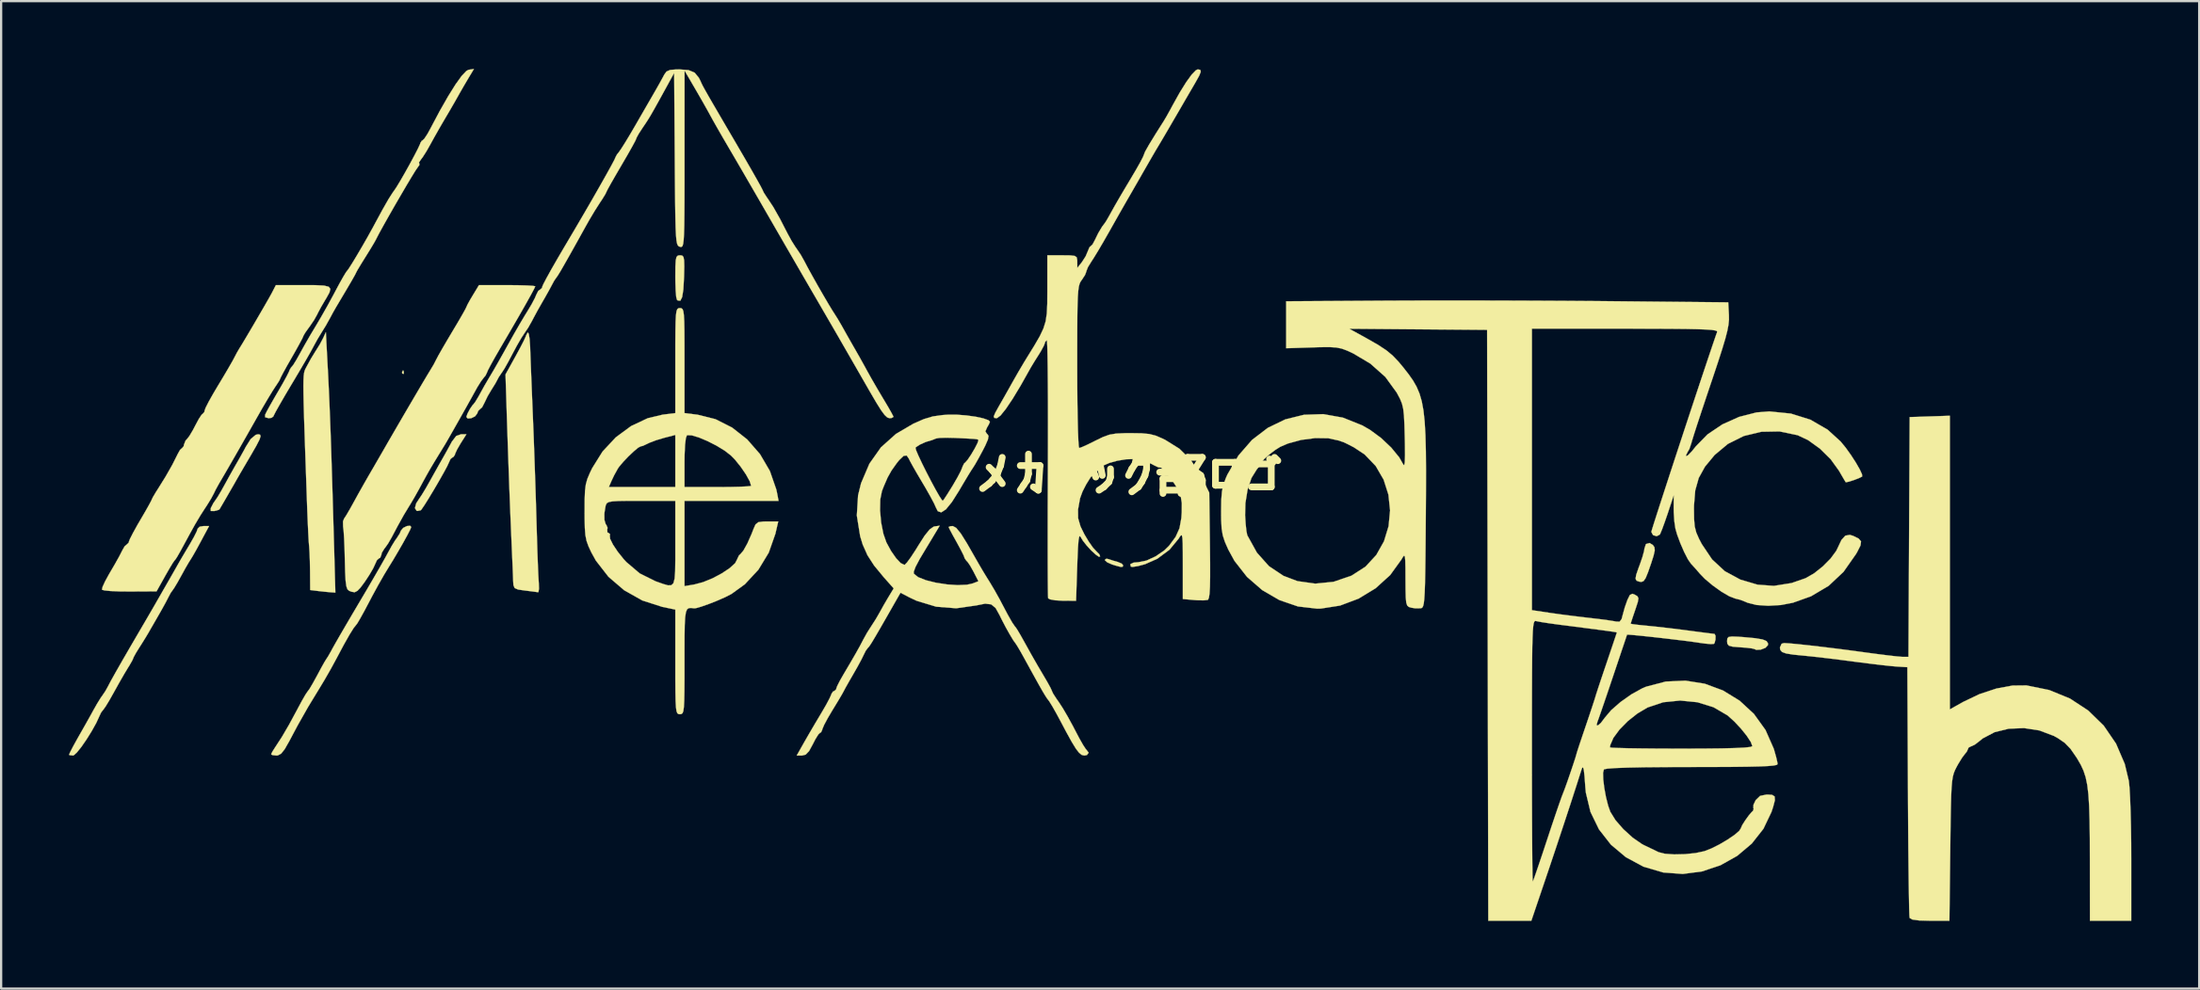
<source format=kicad_pcb>
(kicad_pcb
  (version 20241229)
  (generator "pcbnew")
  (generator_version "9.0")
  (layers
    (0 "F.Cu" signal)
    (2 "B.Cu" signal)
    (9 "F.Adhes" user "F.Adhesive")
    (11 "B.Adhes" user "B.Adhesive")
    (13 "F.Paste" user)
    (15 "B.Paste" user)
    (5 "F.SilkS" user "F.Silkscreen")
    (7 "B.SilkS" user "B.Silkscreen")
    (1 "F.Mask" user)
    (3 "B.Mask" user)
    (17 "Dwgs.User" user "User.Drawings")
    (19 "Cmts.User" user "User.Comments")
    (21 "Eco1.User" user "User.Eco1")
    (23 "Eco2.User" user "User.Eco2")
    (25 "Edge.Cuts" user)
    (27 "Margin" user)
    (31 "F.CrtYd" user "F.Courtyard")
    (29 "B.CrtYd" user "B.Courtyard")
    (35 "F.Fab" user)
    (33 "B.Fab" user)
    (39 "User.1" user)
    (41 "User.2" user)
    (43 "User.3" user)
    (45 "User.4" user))
  (footprint "メカテック部ロゴ"
    (layer "F.Cu")
    (at 46.843 18.108)
    (property "Reference" "メカテック部ロゴ" (at 0 0 0) (layer "F.SilkS") (effects (font (size 1.524 1.524) (thickness 0.3))))
    (attr through_hole)
    (fp_poly (pts (xy -32.038 -4.741) (xy -32.026 -4.621) (xy -32.038 -4.606) (xy -32.098 -4.62) (xy -32.106 -4.674) (xy -32.068 -4.757) (xy -32.038 -4.741)) (stroke (width 0.01) (type solid)) (fill yes) (layer "F.SilkS"))
    (fp_poly (pts (xy -0.854 3.596) (xy -0.626 3.671) (xy -0.448 3.72) (xy -0.262 3.798) (xy -0.203 3.872) (xy -0.223 3.936) (xy -0.314 3.942) (xy -0.526 3.886) (xy -0.686 3.836) (xy -0.908 3.739) (xy -1.014 3.642) (xy -1.016 3.632) (xy -0.941 3.578) (xy -0.854 3.596)) (stroke (width 0.01) (type solid)) (fill yes) (layer "F.SilkS"))
    (fp_poly (pts (xy -19.713 -9.843) (xy -19.655 -9.781) (xy -19.626 -9.632) (xy -19.619 -9.358) (xy -19.629 -8.923) (xy -19.631 -8.873) (xy -19.66 -8.343) (xy -19.713 -8.003) (xy -19.793 -7.844) (xy -19.904 -7.853) (xy -19.945 -7.889) (xy -19.976 -8.015) (xy -20 -8.295) (xy -20.013 -8.681) (xy -20.015 -8.907) (xy -20.012 -9.351) (xy -19.997 -9.629) (xy -19.963 -9.781) (xy -19.9 -9.843) (xy -19.808 -9.855) (xy -19.713 -9.843)) (stroke (width 0.01) (type solid)) (fill yes) (layer "F.SilkS"))
    (fp_poly (pts (xy 23.232 2.97) (xy 23.304 3.073) (xy 23.317 3.215) (xy 23.264 3.448) (xy 23.162 3.769) (xy 23.018 4.183) (xy 22.914 4.437) (xy 22.825 4.567) (xy 22.73 4.606) (xy 22.631 4.595) (xy 22.513 4.553) (xy 22.467 4.466) (xy 22.496 4.291) (xy 22.601 3.986) (xy 22.657 3.836) (xy 22.77 3.509) (xy 22.844 3.24) (xy 22.86 3.13) (xy 22.927 2.93) (xy 23.086 2.883) (xy 23.232 2.97)) (stroke (width 0.01) (type solid)) (fill yes) (layer "F.SilkS"))
    (fp_poly (pts (xy 27.012 7.034) (xy 27.268 7.053) (xy 27.764 7.099) (xy 28.087 7.154) (xy 28.265 7.228) (xy 28.329 7.33) (xy 28.325 7.404) (xy 28.216 7.524) (xy 28.008 7.605) (xy 27.804 7.615) (xy 27.732 7.581) (xy 27.612 7.55) (xy 27.352 7.519) (xy 27.1 7.501) (xy 26.771 7.475) (xy 26.596 7.43) (xy 26.528 7.343) (xy 26.518 7.232) (xy 26.527 7.112) (xy 26.584 7.046) (xy 26.731 7.024) (xy 27.012 7.034)) (stroke (width 0.01) (type solid)) (fill yes) (layer "F.SilkS"))
    (fp_poly (pts (xy -29.514 -1.526) (xy -29.666 -1.265) (xy -29.757 -1.068) (xy -29.769 -1.018) (xy -29.84 -0.918) (xy -29.864 -0.914) (xy -29.964 -0.83) (xy -30.03 -0.686) (xy -30.106 -0.52) (xy -30.26 -0.234) (xy -30.465 0.128) (xy -30.693 0.519) (xy -30.917 0.891) (xy -31.109 1.199) (xy -31.243 1.396) (xy -31.277 1.435) (xy -31.42 1.465) (xy -31.465 1.454) (xy -31.536 1.338) (xy -31.479 1.127) (xy -31.341 0.914) (xy -31.23 0.75) (xy -31.06 0.469) (xy -30.88 0.152) (xy -30.663 -0.236) (xy -30.447 -0.622) (xy -30.309 -0.864) (xy -30.12 -1.201) (xy -29.94 -1.531) (xy -29.904 -1.6) (xy -29.709 -1.856) (xy -29.495 -1.93) (xy -29.258 -1.93) (xy -29.514 -1.526)) (stroke (width 0.01) (type solid)) (fill yes) (layer "F.SilkS"))
    (fp_poly (pts (xy -38.387 -1.913) (xy -38.364 -1.842) (xy -38.414 -1.69) (xy -38.549 -1.429) (xy -38.777 -1.031) (xy -38.862 -0.886) (xy -39.08 -0.515) (xy -39.277 -0.177) (xy -39.414 0.061) (xy -39.424 0.079) (xy -39.541 0.286) (xy -39.705 0.571) (xy -39.883 0.879) (xy -40.044 1.157) (xy -40.156 1.348) (xy -40.187 1.4) (xy -40.289 1.44) (xy -40.417 1.469) (xy -40.569 1.466) (xy -40.571 1.347) (xy -40.568 1.339) (xy -40.449 1.11) (xy -40.382 1.016) (xy -40.265 0.844) (xy -40.099 0.564) (xy -39.983 0.356) (xy -39.761 -0.048) (xy -39.516 -0.485) (xy -39.415 -0.66) (xy -39.234 -0.978) (xy -39.083 -1.252) (xy -39.02 -1.372) (xy -38.802 -1.72) (xy -38.578 -1.906) (xy -38.473 -1.93) (xy -38.387 -1.913)) (stroke (width 0.01) (type solid)) (fill yes) (layer "F.SilkS"))
    (fp_poly (pts (xy -26.498 -6.37) (xy -26.462 -6.145) (xy -26.439 -5.81) (xy -26.437 -5.758) (xy -26.426 -5.44) (xy -26.408 -4.96) (xy -26.384 -4.36) (xy -26.357 -3.681) (xy -26.328 -2.964) (xy -26.317 -2.692) (xy -26.282 -1.826) (xy -26.247 -0.845) (xy -26.212 0.171) (xy -26.181 1.14) (xy -26.158 1.93) (xy -26.138 2.62) (xy -26.118 3.266) (xy -26.097 3.832) (xy -26.078 4.283) (xy -26.061 4.581) (xy -26.056 4.648) (xy -26.047 4.907) (xy -26.07 5.052) (xy -26.089 5.064) (xy -26.225 5.044) (xy -26.49 5.01) (xy -26.67 4.988) (xy -26.97 4.945) (xy -27.122 4.88) (xy -27.178 4.752) (xy -27.189 4.572) (xy -27.197 4.34) (xy -27.213 3.954) (xy -27.234 3.465) (xy -27.258 2.92) (xy -27.263 2.794) (xy -27.311 1.662) (xy -27.362 0.355) (xy -27.414 -1.096) (xy -27.467 -2.663) (xy -27.483 -3.179) (xy -27.528 -4.58) (xy -27.074 -5.401) (xy -26.874 -5.77) (xy -26.719 -6.072) (xy -26.631 -6.265) (xy -26.619 -6.306) (xy -26.547 -6.433) (xy -26.54 -6.438) (xy -26.498 -6.37)) (stroke (width 0.01) (type solid)) (fill yes) (layer "F.SilkS"))
    (fp_poly (pts (xy -35.463 -6.198) (xy -35.452 -5.972) (xy -35.433 -5.617) (xy -35.411 -5.208) (xy -35.41 -5.182) (xy -35.378 -4.586) (xy -35.349 -3.989) (xy -35.321 -3.368) (xy -35.294 -2.699) (xy -35.266 -1.961) (xy -35.238 -1.131) (xy -35.208 -0.186) (xy -35.175 0.898) (xy -35.139 2.142) (xy -35.103 3.378) (xy -35.056 5.08) (xy -35.282 5.064) (xy -35.549 5.039) (xy -35.839 5.007) (xy -36.17 4.966) (xy -36.176 4.134) (xy -36.184 3.699) (xy -36.198 3.307) (xy -36.216 3.03) (xy -36.22 2.997) (xy -36.236 2.792) (xy -36.256 2.427) (xy -36.278 1.945) (xy -36.301 1.389) (xy -36.312 1.067) (xy -36.354 -0.145) (xy -36.39 -1.17) (xy -36.419 -2.026) (xy -36.442 -2.728) (xy -36.458 -3.293) (xy -36.467 -3.739) (xy -36.47 -4.08) (xy -36.466 -4.335) (xy -36.456 -4.519) (xy -36.439 -4.65) (xy -36.416 -4.743) (xy -36.386 -4.816) (xy -36.35 -4.884) (xy -36.313 -4.953) (xy -36.132 -5.285) (xy -35.94 -5.599) (xy -35.916 -5.635) (xy -35.738 -5.923) (xy -35.594 -6.194) (xy -35.594 -6.194) (xy -35.475 -6.452) (xy -35.463 -6.198)) (stroke (width 0.01) (type solid)) (fill yes) (layer "F.SilkS"))
    (fp_poly (pts (xy -31.699 2.178) (xy -31.748 2.297) (xy -31.876 2.545) (xy -32.06 2.879) (xy -32.275 3.254) (xy -32.495 3.627) (xy -32.697 3.954) (xy -32.699 3.958) (xy -32.903 4.295) (xy -33.157 4.741) (xy -33.422 5.226) (xy -33.556 5.482) (xy -33.768 5.883) (xy -33.95 6.213) (xy -34.079 6.433) (xy -34.13 6.502) (xy -34.244 6.644) (xy -34.433 6.947) (xy -34.683 7.39) (xy -34.982 7.951) (xy -34.995 7.976) (xy -35.248 8.443) (xy -35.54 8.953) (xy -35.778 9.347) (xy -36.262 10.143) (xy -36.72 10.952) (xy -37.096 11.659) (xy -37.296 12.011) (xy -37.453 12.209) (xy -37.6 12.288) (xy -37.662 12.294) (xy -37.844 12.273) (xy -37.897 12.239) (xy -37.845 12.126) (xy -37.718 11.925) (xy -37.706 11.908) (xy -37.419 11.466) (xy -37.105 10.928) (xy -36.739 10.25) (xy -36.719 10.211) (xy -36.535 9.869) (xy -36.382 9.603) (xy -36.287 9.459) (xy -36.276 9.449) (xy -36.197 9.34) (xy -36.055 9.099) (xy -35.878 8.777) (xy -35.857 8.738) (xy -35.681 8.41) (xy -35.54 8.158) (xy -35.462 8.031) (xy -35.458 8.026) (xy -35.384 7.913) (xy -35.254 7.686) (xy -35.192 7.569) (xy -35.071 7.353) (xy -34.867 6.997) (xy -34.601 6.54) (xy -34.294 6.016) (xy -33.981 5.486) (xy -33.649 4.924) (xy -33.334 4.384) (xy -33.059 3.907) (xy -32.846 3.531) (xy -32.724 3.306) (xy -32.556 3.001) (xy -32.407 2.76) (xy -32.341 2.671) (xy -32.208 2.462) (xy -32.156 2.336) (xy -32.056 2.216) (xy -31.893 2.134) (xy -31.748 2.12) (xy -31.699 2.178)) (stroke (width 0.01) (type solid)) (fill yes) (layer "F.SilkS"))
    (fp_poly (pts (xy -41.01 2.819) (xy -41.196 3.162) (xy -41.353 3.439) (xy -41.448 3.596) (xy -41.456 3.607) (xy -41.542 3.743) (xy -41.692 4.002) (xy -41.866 4.318) (xy -42.041 4.632) (xy -42.183 4.869) (xy -42.259 4.978) (xy -42.259 4.978) (xy -42.345 5.1) (xy -42.442 5.283) (xy -42.558 5.508) (xy -42.735 5.829) (xy -42.887 6.096) (xy -43.077 6.426) (xy -43.241 6.71) (xy -43.325 6.858) (xy -43.448 7.064) (xy -43.627 7.352) (xy -43.716 7.491) (xy -43.875 7.748) (xy -43.975 7.929) (xy -43.993 7.976) (xy -44.042 8.087) (xy -44.167 8.305) (xy -44.232 8.409) (xy -44.4 8.689) (xy -44.619 9.07) (xy -44.843 9.472) (xy -44.858 9.5) (xy -45.05 9.84) (xy -45.211 10.107) (xy -45.313 10.253) (xy -45.325 10.264) (xy -45.423 10.394) (xy -45.486 10.528) (xy -45.632 10.846) (xy -45.835 11.212) (xy -46.065 11.582) (xy -46.294 11.913) (xy -46.494 12.162) (xy -46.635 12.286) (xy -46.66 12.293) (xy -46.811 12.277) (xy -46.838 12.258) (xy -46.789 12.142) (xy -46.657 11.887) (xy -46.459 11.529) (xy -46.287 11.227) (xy -46.096 10.89) (xy -45.876 10.497) (xy -45.775 10.312) (xy -45.6 10.003) (xy -45.445 9.751) (xy -45.375 9.652) (xy -45.234 9.444) (xy -45.124 9.246) (xy -44.987 8.986) (xy -44.769 8.596) (xy -44.465 8.063) (xy -44.067 7.377) (xy -43.739 6.815) (xy -43.475 6.364) (xy -43.228 5.939) (xy -43.028 5.593) (xy -42.918 5.401) (xy -42.719 5.054) (xy -42.511 4.691) (xy -42.486 4.648) (xy -42.283 4.293) (xy -42.075 3.928) (xy -42.052 3.886) (xy -41.881 3.587) (xy -41.659 3.211) (xy -41.493 2.933) (xy -41.316 2.623) (xy -41.191 2.374) (xy -41.148 2.247) (xy -41.061 2.162) (xy -40.895 2.134) (xy -40.643 2.134) (xy -41.01 2.819)) (stroke (width 0.01) (type solid)) (fill yes) (layer "F.SilkS"))
    (fp_poly (pts (xy -26.982 -8.53) (xy -26.59 -8.519) (xy -26.321 -8.503) (xy -26.213 -8.483) (xy -26.213 -8.481) (xy -26.263 -8.368) (xy -26.405 -8.101) (xy -26.628 -7.701) (xy -26.92 -7.188) (xy -27.27 -6.583) (xy -27.665 -5.907) (xy -27.756 -5.752) (xy -27.99 -5.347) (xy -28.18 -5.005) (xy -28.306 -4.765) (xy -28.346 -4.667) (xy -28.409 -4.534) (xy -28.478 -4.452) (xy -28.61 -4.278) (xy -28.773 -4.017) (xy -28.808 -3.955) (xy -28.995 -3.616) (xy -29.227 -3.199) (xy -29.48 -2.749) (xy -29.729 -2.308) (xy -29.95 -1.919) (xy -30.118 -1.625) (xy -30.205 -1.477) (xy -30.494 -1.006) (xy -30.707 -0.656) (xy -30.874 -0.374) (xy -31.024 -0.109) (xy -31.189 0.192) (xy -31.36 0.508) (xy -31.55 0.848) (xy -31.739 1.169) (xy -31.802 1.27) (xy -32.032 1.65) (xy -32.308 2.148) (xy -32.569 2.642) (xy -32.724 2.909) (xy -32.866 3.109) (xy -32.887 3.131) (xy -33.002 3.32) (xy -33.02 3.411) (xy -33.073 3.541) (xy -33.115 3.556) (xy -33.215 3.641) (xy -33.281 3.785) (xy -33.381 4.003) (xy -33.554 4.299) (xy -33.758 4.609) (xy -33.949 4.866) (xy -34.08 5.002) (xy -34.204 5.065) (xy -34.346 5.04) (xy -34.452 4.997) (xy -34.521 4.935) (xy -34.57 4.797) (xy -34.603 4.551) (xy -34.623 4.164) (xy -34.636 3.658) (xy -34.649 3.149) (xy -34.668 2.698) (xy -34.69 2.352) (xy -34.713 2.16) (xy -34.714 2.158) (xy -34.718 1.925) (xy -34.669 1.802) (xy -34.569 1.649) (xy -34.412 1.381) (xy -34.266 1.118) (xy -34.052 0.728) (xy -33.794 0.27) (xy -33.581 -0.102) (xy -33.356 -0.489) (xy -33.14 -0.863) (xy -32.981 -1.138) (xy -32.705 -1.618) (xy -32.394 -2.154) (xy -32.068 -2.715) (xy -31.746 -3.266) (xy -31.446 -3.777) (xy -31.188 -4.215) (xy -30.991 -4.547) (xy -30.873 -4.741) (xy -30.863 -4.757) (xy -30.704 -5.022) (xy -30.594 -5.237) (xy -30.506 -5.404) (xy -30.338 -5.701) (xy -30.114 -6.085) (xy -29.881 -6.477) (xy -29.639 -6.883) (xy -29.442 -7.223) (xy -29.309 -7.461) (xy -29.261 -7.56) (xy -29.213 -7.669) (xy -29.089 -7.893) (xy -28.982 -8.073) (xy -28.703 -8.534) (xy -27.458 -8.534) (xy -26.982 -8.53)) (stroke (width 0.01) (type solid)) (fill yes) (layer "F.SilkS"))
    (fp_poly (pts (xy 36.373 10.251) (xy 36.957 9.922) (xy 37.682 9.575) (xy 38.431 9.328) (xy 39.146 9.195) (xy 39.763 9.189) (xy 40.771 9.395) (xy 41.687 9.771) (xy 42.496 10.302) (xy 43.181 10.971) (xy 43.724 11.765) (xy 44.111 12.666) (xy 44.291 13.42) (xy 44.32 13.703) (xy 44.346 14.154) (xy 44.368 14.737) (xy 44.385 15.419) (xy 44.396 16.162) (xy 44.399 16.849) (xy 44.399 19.609) (xy 42.57 19.609) (xy 42.568 16.942) (xy 42.565 15.968) (xy 42.555 15.171) (xy 42.535 14.528) (xy 42.502 14.011) (xy 42.452 13.597) (xy 42.382 13.259) (xy 42.289 12.972) (xy 42.17 12.712) (xy 42.02 12.452) (xy 41.977 12.382) (xy 41.711 11.997) (xy 41.454 11.731) (xy 41.137 11.515) (xy 40.964 11.421) (xy 40.333 11.183) (xy 39.655 11.079) (xy 38.978 11.106) (xy 38.351 11.26) (xy 37.824 11.538) (xy 37.688 11.65) (xy 37.479 11.811) (xy 37.317 11.886) (xy 37.307 11.887) (xy 37.193 11.949) (xy 37.186 11.982) (xy 37.121 12.125) (xy 37.045 12.217) (xy 36.916 12.387) (xy 36.748 12.66) (xy 36.666 12.808) (xy 36.6 12.94) (xy 36.547 13.073) (xy 36.505 13.23) (xy 36.473 13.435) (xy 36.449 13.713) (xy 36.431 14.088) (xy 36.418 14.583) (xy 36.406 15.224) (xy 36.396 16.033) (xy 36.391 16.434) (xy 36.353 19.609) (xy 35.496 19.609) (xy 35.013 19.596) (xy 34.716 19.556) (xy 34.594 19.486) (xy 34.592 19.482) (xy 34.582 19.359) (xy 34.572 19.052) (xy 34.563 18.579) (xy 34.553 17.961) (xy 34.544 17.216) (xy 34.535 16.364) (xy 34.528 15.422) (xy 34.521 14.411) (xy 34.519 13.868) (xy 34.493 8.382) (xy 34.036 8.355) (xy 33.768 8.332) (xy 33.35 8.287) (xy 32.834 8.225) (xy 32.27 8.154) (xy 32.106 8.132) (xy 31.508 8.054) (xy 30.913 7.981) (xy 30.384 7.92) (xy 29.981 7.878) (xy 29.921 7.873) (xy 29.441 7.825) (xy 29.129 7.775) (xy 28.95 7.71) (xy 28.871 7.619) (xy 28.854 7.512) (xy 28.929 7.345) (xy 29.032 7.314) (xy 29.26 7.327) (xy 29.652 7.363) (xy 30.172 7.419) (xy 30.782 7.49) (xy 31.445 7.571) (xy 32.126 7.66) (xy 32.636 7.73) (xy 33.167 7.801) (xy 33.645 7.861) (xy 34.023 7.904) (xy 34.257 7.924) (xy 34.286 7.925) (xy 34.542 7.925) (xy 34.568 2.616) (xy 34.595 -2.692) (xy 36.373 -2.751) (xy 36.373 10.251)) (stroke (width 0.01) (type solid)) (fill yes) (layer "F.SilkS"))
    (fp_poly (pts (xy -29.16 -17.713) (xy -29.37 -17.357) (xy -29.586 -16.98) (xy -29.621 -16.916) (xy -29.795 -16.609) (xy -30.02 -16.22) (xy -30.209 -15.9) (xy -30.447 -15.492) (xy -30.69 -15.062) (xy -30.843 -14.783) (xy -31.022 -14.466) (xy -31.19 -14.202) (xy -31.269 -14.097) (xy -31.359 -13.962) (xy -31.344 -13.919) (xy -31.336 -13.857) (xy -31.418 -13.741) (xy -31.51 -13.607) (xy -31.679 -13.333) (xy -31.905 -12.955) (xy -32.165 -12.51) (xy -32.44 -12.036) (xy -32.706 -11.57) (xy -32.943 -11.148) (xy -33.13 -10.807) (xy -33.245 -10.585) (xy -33.254 -10.566) (xy -33.34 -10.409) (xy -33.503 -10.137) (xy -33.708 -9.805) (xy -33.731 -9.769) (xy -33.926 -9.455) (xy -34.07 -9.215) (xy -34.136 -9.094) (xy -34.138 -9.088) (xy -34.189 -8.985) (xy -34.333 -8.73) (xy -34.56 -8.342) (xy -34.856 -7.843) (xy -35.019 -7.569) (xy -35.155 -7.331) (xy -35.3 -7.061) (xy -35.474 -6.749) (xy -35.657 -6.452) (xy -35.845 -6.142) (xy -36.028 -5.808) (xy -36.036 -5.791) (xy -36.153 -5.577) (xy -36.35 -5.231) (xy -36.605 -4.795) (xy -36.892 -4.31) (xy -37.006 -4.121) (xy -37.281 -3.657) (xy -37.514 -3.254) (xy -37.688 -2.944) (xy -37.783 -2.759) (xy -37.795 -2.724) (xy -37.881 -2.658) (xy -38.009 -2.642) (xy -38.165 -2.685) (xy -38.163 -2.798) (xy -38.088 -2.949) (xy -37.934 -3.228) (xy -37.728 -3.588) (xy -37.594 -3.817) (xy -37.377 -4.193) (xy -37.206 -4.506) (xy -37.103 -4.713) (xy -37.084 -4.77) (xy -37.015 -4.89) (xy -37.008 -4.894) (xy -36.923 -4.995) (xy -36.781 -5.225) (xy -36.635 -5.486) (xy -36.422 -5.872) (xy -36.161 -6.326) (xy -35.933 -6.706) (xy -35.692 -7.114) (xy -35.409 -7.613) (xy -35.139 -8.109) (xy -35.075 -8.23) (xy -34.873 -8.607) (xy -34.702 -8.912) (xy -34.586 -9.103) (xy -34.554 -9.144) (xy -34.471 -9.254) (xy -34.313 -9.502) (xy -34.104 -9.848) (xy -33.867 -10.251) (xy -33.626 -10.672) (xy -33.405 -11.071) (xy -33.328 -11.214) (xy -32.972 -11.872) (xy -32.701 -12.347) (xy -32.512 -12.642) (xy -32.469 -12.7) (xy -32.354 -12.869) (xy -32.182 -13.154) (xy -31.975 -13.513) (xy -31.76 -13.9) (xy -31.561 -14.27) (xy -31.402 -14.579) (xy -31.308 -14.782) (xy -31.293 -14.833) (xy -31.228 -14.932) (xy -31.208 -14.935) (xy -31.12 -15.018) (xy -30.978 -15.234) (xy -30.849 -15.469) (xy -30.441 -16.239) (xy -30.067 -16.895) (xy -29.739 -17.421) (xy -29.465 -17.801) (xy -29.256 -18.02) (xy -29.162 -18.068) (xy -28.925 -18.103) (xy -29.16 -17.713)) (stroke (width 0.01) (type solid)) (fill yes) (layer "F.SilkS"))
    (fp_poly (pts (xy -35.924 -8.532) (xy -35.558 -8.513) (xy -35.349 -8.462) (xy -35.277 -8.365) (xy -35.318 -8.206) (xy -35.449 -7.969) (xy -35.507 -7.874) (xy -35.684 -7.572) (xy -35.828 -7.302) (xy -35.861 -7.232) (xy -35.993 -6.995) (xy -36.183 -6.714) (xy -36.221 -6.664) (xy -36.379 -6.443) (xy -36.468 -6.294) (xy -36.474 -6.272) (xy -36.522 -6.165) (xy -36.651 -5.923) (xy -36.838 -5.586) (xy -36.982 -5.334) (xy -37.197 -4.958) (xy -37.366 -4.651) (xy -37.469 -4.453) (xy -37.49 -4.402) (xy -37.544 -4.292) (xy -37.675 -4.091) (xy -37.701 -4.054) (xy -37.835 -3.847) (xy -38.039 -3.511) (xy -38.283 -3.096) (xy -38.499 -2.717) (xy -38.822 -2.147) (xy -39.154 -1.563) (xy -39.475 -1.001) (xy -39.765 -0.498) (xy -40.002 -0.088) (xy -40.167 0.193) (xy -40.203 0.254) (xy -40.347 0.516) (xy -40.433 0.693) (xy -40.554 0.919) (xy -40.738 1.217) (xy -40.829 1.354) (xy -41.029 1.666) (xy -41.268 2.069) (xy -41.484 2.458) (xy -41.744 2.938) (xy -41.925 3.269) (xy -42.045 3.479) (xy -42.121 3.598) (xy -42.169 3.655) (xy -42.172 3.658) (xy -42.247 3.765) (xy -42.391 4.003) (xy -42.574 4.321) (xy -42.599 4.367) (xy -42.967 5.025) (xy -44.148 5.031) (xy -44.617 5.027) (xy -45.007 5.01) (xy -45.276 4.983) (xy -45.381 4.952) (xy -45.357 4.831) (xy -45.246 4.586) (xy -45.071 4.265) (xy -45.024 4.186) (xy -44.809 3.818) (xy -44.621 3.481) (xy -44.499 3.243) (xy -44.491 3.226) (xy -44.378 3.028) (xy -44.281 2.946) (xy -44.199 2.868) (xy -44.196 2.838) (xy -44.147 2.709) (xy -44.015 2.45) (xy -43.824 2.103) (xy -43.688 1.87) (xy -43.472 1.5) (xy -43.302 1.199) (xy -43.2 1.007) (xy -43.18 0.96) (xy -43.129 0.854) (xy -43 0.636) (xy -42.901 0.481) (xy -42.564 -0.062) (xy -42.269 -0.581) (xy -42.054 -1.008) (xy -42.039 -1.041) (xy -41.928 -1.239) (xy -41.837 -1.321) (xy -41.765 -1.403) (xy -41.758 -1.461) (xy -41.686 -1.645) (xy -41.629 -1.708) (xy -41.514 -1.855) (xy -41.357 -2.119) (xy -41.248 -2.328) (xy -41.098 -2.608) (xy -40.974 -2.796) (xy -40.919 -2.843) (xy -40.849 -2.926) (xy -40.843 -2.976) (xy -40.793 -3.111) (xy -40.657 -3.378) (xy -40.456 -3.735) (xy -40.259 -4.068) (xy -40.007 -4.486) (xy -39.785 -4.864) (xy -39.619 -5.153) (xy -39.549 -5.283) (xy -39.418 -5.532) (xy -39.327 -5.69) (xy -39.17 -5.945) (xy -38.952 -6.311) (xy -38.698 -6.741) (xy -38.437 -7.189) (xy -38.194 -7.608) (xy -37.996 -7.954) (xy -37.871 -8.179) (xy -37.858 -8.204) (xy -37.688 -8.534) (xy -36.472 -8.534) (xy -35.924 -8.532)) (stroke (width 0.01) (type solid)) (fill yes) (layer "F.SilkS"))
    (fp_poly (pts (xy -19.747 -7.511) (xy -19.697 -7.473) (xy -19.661 -7.38) (xy -19.637 -7.207) (xy -19.621 -6.93) (xy -19.613 -6.524) (xy -19.61 -5.964) (xy -19.609 -5.228) (xy -19.609 -5.193) (xy -19.609 -2.868) (xy -19.029 -2.796) (xy -18.24 -2.599) (xy -17.5 -2.225) (xy -16.835 -1.701) (xy -16.27 -1.053) (xy -15.832 -0.305) (xy -15.547 0.516) (xy -15.511 0.686) (xy -15.448 1.016) (xy -19.609 1.016) (xy -19.609 4.793) (xy -19.177 4.721) (xy -18.786 4.617) (xy -18.365 4.445) (xy -17.96 4.229) (xy -17.613 3.998) (xy -17.369 3.776) (xy -17.272 3.59) (xy -17.272 3.583) (xy -17.196 3.427) (xy -17.144 3.383) (xy -17.003 3.219) (xy -16.827 2.902) (xy -16.638 2.474) (xy -16.556 2.261) (xy -16.466 2.06) (xy -16.345 1.963) (xy -16.124 1.933) (xy -15.948 1.93) (xy -15.462 1.93) (xy -15.589 2.478) (xy -15.881 3.309) (xy -16.34 4.066) (xy -16.939 4.711) (xy -17.531 5.139) (xy -17.8 5.278) (xy -18.15 5.432) (xy -18.523 5.58) (xy -18.86 5.699) (xy -19.106 5.769) (xy -19.185 5.776) (xy -19.319 5.76) (xy -19.421 5.768) (xy -19.496 5.823) (xy -19.547 5.95) (xy -19.58 6.171) (xy -19.599 6.51) (xy -19.607 6.992) (xy -19.609 7.638) (xy -19.609 8.128) (xy -19.609 8.875) (xy -19.613 9.443) (xy -19.621 9.857) (xy -19.636 10.14) (xy -19.66 10.319) (xy -19.695 10.416) (xy -19.744 10.456) (xy -19.807 10.465) (xy -19.812 10.465) (xy -19.877 10.458) (xy -19.927 10.419) (xy -19.963 10.326) (xy -19.987 10.153) (xy -20.003 9.875) (xy -20.011 9.468) (xy -20.015 8.908) (xy -20.015 8.169) (xy -20.015 5.832) (xy -20.599 5.71) (xy -21.476 5.428) (xy -22.278 4.976) (xy -22.973 4.38) (xy -23.53 3.663) (xy -23.73 3.302) (xy -23.858 3.027) (xy -23.943 2.79) (xy -23.994 2.536) (xy -24.019 2.213) (xy -24.028 1.767) (xy -24.028 1.569) (xy -23.155 1.569) (xy -23.152 1.863) (xy -23.094 2.054) (xy -23.068 2.08) (xy -23.012 2.212) (xy -23.028 2.289) (xy -23.019 2.418) (xy -22.966 2.438) (xy -22.898 2.501) (xy -22.914 2.546) (xy -22.901 2.696) (xy -22.776 2.95) (xy -22.567 3.265) (xy -22.301 3.597) (xy -22.184 3.725) (xy -21.591 4.229) (xy -20.901 4.574) (xy -20.828 4.6) (xy -20.548 4.699) (xy -20.341 4.758) (xy -20.195 4.754) (xy -20.101 4.664) (xy -20.047 4.465) (xy -20.022 4.135) (xy -20.015 3.65) (xy -20.015 2.988) (xy -20.015 2.896) (xy -20.015 1.016) (xy -21.527 1.016) (xy -22.11 1.017) (xy -22.522 1.023) (xy -22.793 1.04) (xy -22.957 1.07) (xy -23.044 1.12) (xy -23.085 1.193) (xy -23.101 1.245) (xy -23.155 1.569) (xy -24.028 1.569) (xy -24.028 1.471) (xy -24.026 0.946) (xy -24.011 0.571) (xy -23.99 0.406) (xy -22.957 0.406) (xy -20.015 0.406) (xy -20.015 -0.705) (xy -19.609 -0.705) (xy -19.609 0.406) (xy -18.136 0.406) (xy -17.615 0.403) (xy -17.175 0.393) (xy -16.851 0.378) (xy -16.68 0.36) (xy -16.662 0.352) (xy -16.725 0.147) (xy -16.89 -0.152) (xy -17.119 -0.487) (xy -17.375 -0.806) (xy -17.551 -0.987) (xy -17.834 -1.207) (xy -18.197 -1.428) (xy -18.592 -1.629) (xy -18.97 -1.788) (xy -19.284 -1.882) (xy -19.485 -1.89) (xy -19.504 -1.881) (xy -19.55 -1.755) (xy -19.585 -1.46) (xy -19.605 -1.032) (xy -19.609 -0.705) (xy -20.015 -0.705) (xy -20.015 -1.901) (xy -20.515 -1.771) (xy -20.86 -1.668) (xy -21.158 -1.556) (xy -21.252 -1.51) (xy -21.448 -1.418) (xy -21.546 -1.395) (xy -21.656 -1.339) (xy -21.853 -1.175) (xy -22.092 -0.948) (xy -22.325 -0.703) (xy -22.508 -0.485) (xy -22.561 -0.406) (xy -22.724 -0.11) (xy -22.836 0.127) (xy -22.957 0.406) (xy -23.99 0.406) (xy -23.975 0.289) (xy -23.908 0.047) (xy -23.8 -0.21) (xy -23.69 -0.437) (xy -23.235 -1.166) (xy -22.65 -1.794) (xy -21.971 -2.295) (xy -21.233 -2.642) (xy -20.572 -2.799) (xy -20.015 -2.868) (xy -20.015 -5.193) (xy -20.015 -5.938) (xy -20.011 -6.504) (xy -20.003 -6.916) (xy -19.988 -7.198) (xy -19.964 -7.375) (xy -19.928 -7.471) (xy -19.879 -7.51) (xy -19.815 -7.518) (xy -19.812 -7.518) (xy -19.747 -7.511)) (stroke (width 0.01) (type solid)) (fill yes) (layer "F.SilkS"))
    (fp_poly (pts (xy -19.43 -18.054) (xy -19.16 -17.941) (xy -18.972 -17.712) (xy -18.896 -17.559) (xy -18.859 -17.475) (xy -18.815 -17.384) (xy -18.752 -17.266) (xy -18.659 -17.099) (xy -18.525 -16.863) (xy -18.337 -16.538) (xy -18.084 -16.104) (xy -17.755 -15.539) (xy -17.336 -14.824) (xy -17.239 -14.657) (xy -16.917 -14.104) (xy -16.633 -13.611) (xy -16.402 -13.204) (xy -16.239 -12.911) (xy -16.16 -12.757) (xy -16.154 -12.742) (xy -16.1 -12.628) (xy -15.966 -12.421) (xy -15.926 -12.365) (xy -15.675 -11.983) (xy -15.382 -11.464) (xy -15.046 -10.812) (xy -14.872 -10.494) (xy -14.693 -10.211) (xy -14.65 -10.152) (xy -14.463 -9.874) (xy -14.31 -9.601) (xy -14.167 -9.328) (xy -13.958 -8.948) (xy -13.713 -8.512) (xy -13.461 -8.074) (xy -13.233 -7.685) (xy -13.058 -7.397) (xy -13.003 -7.312) (xy -12.841 -7.056) (xy -12.654 -6.737) (xy -12.607 -6.652) (xy -12.422 -6.322) (xy -12.201 -5.933) (xy -12.09 -5.74) (xy -11.86 -5.337) (xy -11.618 -4.901) (xy -11.522 -4.724) (xy -11.332 -4.383) (xy -11.084 -3.955) (xy -10.831 -3.528) (xy -10.806 -3.487) (xy -10.604 -3.147) (xy -10.45 -2.876) (xy -10.369 -2.719) (xy -10.363 -2.7) (xy -10.447 -2.651) (xy -10.541 -2.643) (xy -10.638 -2.675) (xy -10.756 -2.785) (xy -10.913 -2.997) (xy -11.125 -3.336) (xy -11.411 -3.826) (xy -11.481 -3.948) (xy -11.599 -4.153) (xy -11.786 -4.479) (xy -12.011 -4.872) (xy -12.131 -5.08) (xy -12.372 -5.499) (xy -12.599 -5.893) (xy -12.776 -6.202) (xy -12.832 -6.299) (xy -12.95 -6.503) (xy -13.149 -6.846) (xy -13.407 -7.291) (xy -13.703 -7.802) (xy -13.952 -8.23) (xy -14.303 -8.835) (xy -14.72 -9.556) (xy -15.167 -10.328) (xy -15.608 -11.092) (xy -15.979 -11.735) (xy -16.348 -12.376) (xy -16.725 -13.027) (xy -17.082 -13.643) (xy -17.394 -14.179) (xy -17.634 -14.589) (xy -17.658 -14.63) (xy -17.917 -15.073) (xy -18.16 -15.496) (xy -18.355 -15.841) (xy -18.443 -16.002) (xy -18.595 -16.279) (xy -18.811 -16.662) (xy -19.053 -17.083) (xy -19.133 -17.221) (xy -19.607 -18.034) (xy -19.608 -14.107) (xy -19.608 -13.111) (xy -19.61 -12.3) (xy -19.614 -11.655) (xy -19.62 -11.157) (xy -19.631 -10.788) (xy -19.647 -10.53) (xy -19.668 -10.363) (xy -19.697 -10.268) (xy -19.733 -10.229) (xy -19.778 -10.225) (xy -19.811 -10.232) (xy -19.863 -10.252) (xy -19.905 -10.294) (xy -19.939 -10.378) (xy -19.966 -10.523) (xy -19.986 -10.749) (xy -20.002 -11.074) (xy -20.013 -11.519) (xy -20.022 -12.103) (xy -20.03 -12.845) (xy -20.037 -13.764) (xy -20.039 -14.108) (xy -20.066 -17.931) (xy -20.472 -17.189) (xy -20.748 -16.688) (xy -20.95 -16.325) (xy -21.101 -16.061) (xy -21.226 -15.856) (xy -21.347 -15.67) (xy -21.465 -15.496) (xy -21.628 -15.246) (xy -21.727 -15.066) (xy -21.742 -15.022) (xy -21.791 -14.913) (xy -21.925 -14.665) (xy -22.124 -14.313) (xy -22.368 -13.893) (xy -22.403 -13.833) (xy -22.651 -13.408) (xy -22.857 -13.049) (xy -23 -12.79) (xy -23.062 -12.666) (xy -23.063 -12.661) (xy -23.115 -12.554) (xy -23.249 -12.337) (xy -23.363 -12.165) (xy -23.578 -11.828) (xy -23.824 -11.415) (xy -23.998 -11.107) (xy -24.313 -10.537) (xy -24.654 -9.927) (xy -24.972 -9.366) (xy -25.1 -9.144) (xy -25.224 -8.943) (xy -25.3 -8.839) (xy -25.381 -8.719) (xy -25.48 -8.534) (xy -25.604 -8.303) (xy -25.783 -7.984) (xy -25.905 -7.772) (xy -26.1 -7.429) (xy -26.275 -7.106) (xy -26.351 -6.96) (xy -26.523 -6.653) (xy -26.693 -6.401) (xy -26.837 -6.181) (xy -27.028 -5.85) (xy -27.222 -5.486) (xy -27.406 -5.138) (xy -27.569 -4.848) (xy -27.679 -4.678) (xy -27.683 -4.674) (xy -27.827 -4.461) (xy -27.875 -4.369) (xy -27.975 -4.182) (xy -28.129 -3.934) (xy -28.144 -3.912) (xy -28.32 -3.614) (xy -28.458 -3.327) (xy -28.561 -3.128) (xy -28.649 -3.048) (xy -28.736 -2.964) (xy -28.782 -2.845) (xy -28.879 -2.722) (xy -29.045 -2.642) (xy -29.199 -2.629) (xy -29.261 -2.699) (xy -29.211 -2.844) (xy -29.101 -3.052) (xy -28.987 -3.219) (xy -28.954 -3.251) (xy -28.866 -3.365) (xy -28.729 -3.593) (xy -28.665 -3.708) (xy -28.466 -4.069) (xy -28.245 -4.448) (xy -28.2 -4.521) (xy -28.044 -4.785) (xy -27.825 -5.168) (xy -27.578 -5.608) (xy -27.422 -5.89) (xy -27.162 -6.354) (xy -26.898 -6.813) (xy -26.669 -7.199) (xy -26.567 -7.363) (xy -26.376 -7.682) (xy -26.227 -7.965) (xy -26.169 -8.103) (xy -26.079 -8.28) (xy -26.003 -8.331) (xy -25.913 -8.411) (xy -25.908 -8.451) (xy -25.858 -8.571) (xy -25.719 -8.837) (xy -25.507 -9.22) (xy -25.237 -9.691) (xy -24.926 -10.222) (xy -24.877 -10.305) (xy -24.47 -10.994) (xy -24.073 -11.671) (xy -23.7 -12.315) (xy -23.365 -12.901) (xy -23.08 -13.406) (xy -22.858 -13.807) (xy -22.712 -14.082) (xy -22.657 -14.206) (xy -22.657 -14.208) (xy -22.598 -14.316) (xy -22.516 -14.419) (xy -22.411 -14.569) (xy -22.231 -14.853) (xy -22.005 -15.228) (xy -21.79 -15.596) (xy -21.521 -16.063) (xy -21.255 -16.524) (xy -21.029 -16.915) (xy -20.911 -17.12) (xy -20.727 -17.444) (xy -20.57 -17.73) (xy -20.503 -17.856) (xy -20.405 -17.992) (xy -20.245 -18.061) (xy -19.963 -18.084) (xy -19.839 -18.085) (xy -19.43 -18.054)) (stroke (width 0.01) (type solid)) (fill yes) (layer "F.SilkS"))
    (fp_poly (pts (xy 3.209 -18.066) (xy 3.233 -17.984) (xy 3.162 -17.806) (xy 2.989 -17.495) (xy 2.968 -17.459) (xy 2.806 -17.18) (xy 2.574 -16.782) (xy 2.305 -16.317) (xy 2.053 -15.884) (xy 1.8 -15.449) (xy 1.578 -15.07) (xy 1.41 -14.785) (xy 1.319 -14.634) (xy 1.317 -14.63) (xy 1.228 -14.481) (xy 1.065 -14.2) (xy 0.854 -13.834) (xy 0.699 -13.564) (xy 0.454 -13.135) (xy 0.223 -12.733) (xy 0.04 -12.415) (xy -0.03 -12.294) (xy -0.164 -12.06) (xy -0.368 -11.702) (xy -0.611 -11.272) (xy -0.822 -10.897) (xy -1.076 -10.453) (xy -1.315 -10.046) (xy -1.51 -9.727) (xy -1.618 -9.561) (xy -1.76 -9.33) (xy -1.828 -9.158) (xy -1.829 -9.144) (xy -1.887 -8.986) (xy -2.028 -8.77) (xy -2.032 -8.765) (xy -2.086 -8.689) (xy -2.129 -8.596) (xy -2.163 -8.467) (xy -2.189 -8.278) (xy -2.208 -8.011) (xy -2.221 -7.642) (xy -2.229 -7.151) (xy -2.233 -6.518) (xy -2.235 -5.719) (xy -2.235 -4.914) (xy -2.233 -4.082) (xy -2.226 -3.319) (xy -2.215 -2.646) (xy -2.202 -2.087) (xy -2.185 -1.665) (xy -2.166 -1.402) (xy -2.148 -1.321) (xy -2.02 -1.364) (xy -1.766 -1.479) (xy -1.44 -1.641) (xy -1.42 -1.651) (xy -1.088 -1.812) (xy -0.812 -1.911) (xy -0.52 -1.961) (xy -0.138 -1.979) (xy 0.144 -1.981) (xy 0.615 -1.974) (xy 0.954 -1.942) (xy 1.234 -1.871) (xy 1.525 -1.747) (xy 1.66 -1.681) (xy 2.284 -1.292) (xy 2.779 -0.807) (xy 3.191 -0.179) (xy 3.281 -0.003) (xy 3.607 0.655) (xy 3.637 3.007) (xy 3.645 3.79) (xy 3.645 4.39) (xy 3.637 4.83) (xy 3.619 5.13) (xy 3.591 5.311) (xy 3.552 5.395) (xy 3.536 5.405) (xy 3.361 5.423) (xy 3.07 5.418) (xy 2.921 5.407) (xy 2.438 5.364) (xy 2.438 3.876) (xy 2.437 3.3) (xy 2.433 2.903) (xy 2.42 2.661) (xy 2.396 2.548) (xy 2.357 2.541) (xy 2.299 2.616) (xy 2.252 2.692) (xy 1.849 3.18) (xy 1.312 3.579) (xy 0.767 3.822) (xy 0.453 3.906) (xy 0.221 3.942) (xy 0.137 3.93) (xy 0.113 3.822) (xy 0.262 3.752) (xy 0.474 3.734) (xy 0.83 3.662) (xy 1.237 3.474) (xy 1.618 3.212) (xy 1.827 3.008) (xy 2.12 2.611) (xy 2.291 2.23) (xy 2.373 1.776) (xy 2.39 1.524) (xy 2.393 1.114) (xy 2.344 0.812) (xy 2.225 0.527) (xy 2.158 0.406) (xy 2 0.16) (xy 1.812 -0.092) (xy 1.629 -0.308) (xy 1.488 -0.445) (xy 1.423 -0.462) (xy 1.422 -0.454) (xy 1.345 -0.47) (xy 1.15 -0.564) (xy 1.065 -0.611) (xy 0.718 -0.75) (xy 0.332 -0.831) (xy 0.277 -0.835) (xy -0.079 -0.822) (xy -0.464 -0.758) (xy -0.818 -0.66) (xy -1.081 -0.544) (xy -1.189 -0.441) (xy -1.306 -0.317) (xy -1.358 -0.305) (xy -1.484 -0.22) (xy -1.656 -0.004) (xy -1.839 0.29) (xy -2 0.605) (xy -2.104 0.888) (xy -2.111 0.914) (xy -2.199 1.401) (xy -2.195 1.786) (xy -2.088 2.154) (xy -1.921 2.494) (xy -1.724 2.824) (xy -1.535 3.093) (xy -1.405 3.232) (xy -1.256 3.384) (xy -1.219 3.48) (xy -1.277 3.494) (xy -1.423 3.391) (xy -1.617 3.211) (xy -1.818 2.993) (xy -1.987 2.777) (xy -2.067 2.642) (xy -2.114 2.574) (xy -2.149 2.613) (xy -2.178 2.779) (xy -2.202 3.095) (xy -2.223 3.581) (xy -2.235 3.915) (xy -2.286 5.442) (xy -2.883 5.439) (xy -3.209 5.421) (xy -3.442 5.378) (xy -3.52 5.332) (xy -3.527 5.214) (xy -3.532 4.912) (xy -3.536 4.443) (xy -3.539 3.827) (xy -3.54 3.083) (xy -3.54 2.229) (xy -3.539 1.284) (xy -3.535 0.266) (xy -3.532 -0.433) (xy -3.529 -1.485) (xy -3.528 -2.473) (xy -3.529 -3.38) (xy -3.534 -4.186) (xy -3.54 -4.875) (xy -3.549 -5.427) (xy -3.559 -5.825) (xy -3.572 -6.051) (xy -3.581 -6.096) (xy -3.655 -6.018) (xy -3.658 -5.992) (xy -3.709 -5.853) (xy -3.84 -5.612) (xy -3.934 -5.459) (xy -4.121 -5.163) (xy -4.276 -4.907) (xy -4.322 -4.826) (xy -4.733 -4.094) (xy -5.093 -3.498) (xy -5.394 -3.05) (xy -5.627 -2.761) (xy -5.785 -2.644) (xy -5.802 -2.642) (xy -5.906 -2.655) (xy -5.928 -2.722) (xy -5.86 -2.883) (xy -5.698 -3.175) (xy -5.465 -3.582) (xy -5.21 -4.035) (xy -5.08 -4.267) (xy -4.846 -4.678) (xy -4.588 -5.115) (xy -4.454 -5.334) (xy -4.126 -5.866) (xy -3.889 -6.276) (xy -3.73 -6.614) (xy -3.631 -6.932) (xy -3.58 -7.281) (xy -3.559 -7.71) (xy -3.556 -8.272) (xy -3.556 -8.384) (xy -3.556 -9.855) (xy -2.896 -9.855) (xy -2.541 -9.851) (xy -2.343 -9.827) (xy -2.256 -9.763) (xy -2.234 -9.639) (xy -2.233 -9.576) (xy -2.231 -9.296) (xy -2.029 -9.55) (xy -1.863 -9.808) (xy -1.767 -10.033) (xy -1.694 -10.21) (xy -1.637 -10.262) (xy -1.553 -10.344) (xy -1.448 -10.541) (xy -1.301 -10.842) (xy -1.135 -11.12) (xy -1.016 -11.278) (xy -0.942 -11.39) (xy -0.81 -11.62) (xy -0.719 -11.786) (xy -0.562 -12.066) (xy -0.334 -12.461) (xy -0.069 -12.909) (xy 0.119 -13.223) (xy 0.356 -13.624) (xy 0.548 -13.963) (xy 0.673 -14.203) (xy 0.711 -14.299) (xy 0.769 -14.445) (xy 0.944 -14.755) (xy 1.234 -15.229) (xy 1.599 -15.806) (xy 1.717 -16.005) (xy 1.884 -16.305) (xy 1.994 -16.51) (xy 2.301 -17.061) (xy 2.585 -17.518) (xy 2.829 -17.855) (xy 3.016 -18.048) (xy 3.098 -18.085) (xy 3.209 -18.066)) (stroke (width 0.01) (type solid)) (fill yes) (layer "F.SilkS"))
    (fp_poly (pts (xy -7.555 -2.797) (xy -7.13 -2.764) (xy -6.724 -2.707) (xy -6.385 -2.633) (xy -6.16 -2.552) (xy -6.096 -2.485) (xy -6.143 -2.37) (xy -6.223 -2.231) (xy -6.298 -2.057) (xy -6.231 -1.953) (xy -6.213 -1.94) (xy -6.158 -1.858) (xy -6.185 -1.699) (xy -6.304 -1.426) (xy -6.416 -1.208) (xy -6.596 -0.873) (xy -6.747 -0.606) (xy -6.838 -0.461) (xy -6.84 -0.458) (xy -6.924 -0.331) (xy -7.084 -0.071) (xy -7.294 0.281) (xy -7.457 0.559) (xy -7.78 1.071) (xy -8.043 1.394) (xy -8.25 1.528) (xy -8.403 1.476) (xy -8.487 1.311) (xy -8.568 1.13) (xy -8.73 0.825) (xy -8.944 0.447) (xy -9.089 0.202) (xy -9.32 -0.189) (xy -9.514 -0.528) (xy -9.645 -0.769) (xy -9.683 -0.849) (xy -9.779 -0.991) (xy -9.914 -0.974) (xy -10.109 -0.788) (xy -10.231 -0.635) (xy -10.452 -0.323) (xy -10.626 -0.011) (xy -10.796 0.383) (xy -10.875 0.589) (xy -10.949 0.957) (xy -10.958 1.443) (xy -10.91 1.975) (xy -10.81 2.478) (xy -10.678 2.856) (xy -10.471 3.237) (xy -10.249 3.555) (xy -10.044 3.773) (xy -9.886 3.851) (xy -9.866 3.847) (xy -9.767 3.748) (xy -9.595 3.514) (xy -9.381 3.187) (xy -9.265 2.997) (xy -8.984 2.557) (xy -8.764 2.285) (xy -8.59 2.162) (xy -8.548 2.151) (xy -8.319 2.118) (xy -8.554 2.511) (xy -8.728 2.801) (xy -8.878 3.049) (xy -8.911 3.103) (xy -9.207 3.598) (xy -9.39 3.945) (xy -9.468 4.16) (xy -9.461 4.245) (xy -9.27 4.397) (xy -8.928 4.532) (xy -8.488 4.641) (xy -8.004 4.717) (xy -7.527 4.749) (xy -7.11 4.731) (xy -6.853 4.672) (xy -6.605 4.577) (xy -6.828 4.143) (xy -6.975 3.881) (xy -7.095 3.708) (xy -7.133 3.675) (xy -7.213 3.563) (xy -7.214 3.557) (xy -7.26 3.433) (xy -7.384 3.186) (xy -7.557 2.866) (xy -7.569 2.845) (xy -7.744 2.53) (xy -7.871 2.291) (xy -7.924 2.177) (xy -7.925 2.175) (xy -7.84 2.14) (xy -7.737 2.134) (xy -7.588 2.215) (xy -7.383 2.465) (xy -7.115 2.894) (xy -7.07 2.972) (xy -6.797 3.451) (xy -6.6 3.795) (xy -6.457 4.041) (xy -6.343 4.232) (xy -6.236 4.406) (xy -6.112 4.605) (xy -6.101 4.623) (xy -5.898 4.963) (xy -5.676 5.36) (xy -5.583 5.537) (xy -5.308 6.057) (xy -5.112 6.402) (xy -4.989 6.582) (xy -4.967 6.604) (xy -4.892 6.712) (xy -4.75 6.952) (xy -4.567 7.278) (xy -4.518 7.366) (xy -4.263 7.826) (xy -3.977 8.325) (xy -3.742 8.723) (xy -3.554 9.044) (xy -3.415 9.297) (xy -3.354 9.432) (xy -3.353 9.439) (xy -3.298 9.556) (xy -3.157 9.774) (xy -3.06 9.911) (xy -2.877 10.191) (xy -2.648 10.582) (xy -2.412 11.014) (xy -2.343 11.148) (xy -2.147 11.522) (xy -1.976 11.824) (xy -1.855 12.008) (xy -1.823 12.043) (xy -1.728 12.17) (xy -1.805 12.272) (xy -1.922 12.294) (xy -2.032 12.268) (xy -2.15 12.175) (xy -2.293 11.99) (xy -2.478 11.688) (xy -2.722 11.246) (xy -2.947 10.82) (xy -3.152 10.439) (xy -3.335 10.115) (xy -3.468 9.9) (xy -3.501 9.855) (xy -3.568 9.768) (xy -3.655 9.634) (xy -3.778 9.428) (xy -3.951 9.123) (xy -4.188 8.695) (xy -4.506 8.117) (xy -4.555 8.026) (xy -4.737 7.699) (xy -4.885 7.448) (xy -4.968 7.32) (xy -4.973 7.315) (xy -5.068 7.183) (xy -5.221 6.928) (xy -5.401 6.606) (xy -5.573 6.276) (xy -5.669 6.079) (xy -5.845 5.763) (xy -6.04 5.601) (xy -6.308 5.57) (xy -6.704 5.648) (xy -6.71 5.649) (xy -7.587 5.774) (xy -8.474 5.704) (xy -9.338 5.443) (xy -9.654 5.294) (xy -10.053 5.086) (xy -10.298 5.515) (xy -10.669 6.165) (xy -10.952 6.659) (xy -11.161 7.018) (xy -11.308 7.264) (xy -11.405 7.416) (xy -11.465 7.496) (xy -11.491 7.52) (xy -11.586 7.646) (xy -11.676 7.825) (xy -11.782 8.042) (xy -11.954 8.361) (xy -12.14 8.687) (xy -12.33 9.016) (xy -12.484 9.289) (xy -12.566 9.445) (xy -12.65 9.597) (xy -12.811 9.87) (xy -13.018 10.211) (xy -13.075 10.304) (xy -13.278 10.649) (xy -13.432 10.938) (xy -13.509 11.121) (xy -13.513 11.146) (xy -13.567 11.267) (xy -13.6 11.278) (xy -13.689 11.362) (xy -13.823 11.579) (xy -13.929 11.786) (xy -14.098 12.097) (xy -14.248 12.253) (xy -14.408 12.294) (xy -14.645 12.294) (xy -14.315 11.709) (xy -14.093 11.323) (xy -13.822 10.86) (xy -13.558 10.417) (xy -13.545 10.396) (xy -13.343 10.048) (xy -13.191 9.761) (xy -13.112 9.584) (xy -13.106 9.558) (xy -13.033 9.453) (xy -13.005 9.449) (xy -12.906 9.375) (xy -12.903 9.352) (xy -12.855 9.219) (xy -12.729 8.971) (xy -12.584 8.717) (xy -12.267 8.179) (xy -12.034 7.776) (xy -11.863 7.471) (xy -11.733 7.224) (xy -11.702 7.163) (xy -11.53 6.853) (xy -11.342 6.559) (xy -11.142 6.248) (xy -10.97 5.949) (xy -10.805 5.651) (xy -10.611 5.319) (xy -10.58 5.267) (xy -10.354 4.894) (xy -10.795 4.397) (xy -11.219 3.883) (xy -11.516 3.423) (xy -11.726 2.95) (xy -11.837 2.585) (xy -11.985 1.667) (xy -11.93 0.773) (xy -11.798 0.238) (xy -11.429 -0.627) (xy -10.93 -1.334) (xy -9.39 -1.334) (xy -9.363 -1.223) (xy -9.258 -0.977) (xy -9.098 -0.637) (xy -8.904 -0.247) (xy -8.697 0.152) (xy -8.5 0.518) (xy -8.333 0.81) (xy -8.218 0.985) (xy -8.183 1.016) (xy -8.12 0.936) (xy -7.98 0.722) (xy -7.79 0.417) (xy -7.733 0.324) (xy -7.536 -0.016) (xy -7.389 -0.296) (xy -7.318 -0.465) (xy -7.315 -0.484) (xy -7.24 -0.638) (xy -7.188 -0.681) (xy -7.081 -0.803) (xy -6.927 -1.033) (xy -6.769 -1.301) (xy -6.648 -1.537) (xy -6.604 -1.665) (xy -6.614 -1.69) (xy -6.667 -1.709) (xy -6.799 -1.725) (xy -7.048 -1.74) (xy -7.448 -1.76) (xy -7.671 -1.77) (xy -8.04 -1.778) (xy -8.331 -1.769) (xy -8.482 -1.743) (xy -8.484 -1.742) (xy -8.665 -1.669) (xy -8.687 -1.664) (xy -8.932 -1.591) (xy -9.188 -1.477) (xy -9.365 -1.362) (xy -9.39 -1.334) (xy -10.93 -1.334) (xy -10.918 -1.351) (xy -10.254 -1.946) (xy -9.491 -2.395) (xy -9.023 -2.601) (xy -8.622 -2.721) (xy -8.186 -2.782) (xy -7.95 -2.797) (xy -7.555 -2.797)) (stroke (width 0.01) (type solid)) (fill yes) (layer "F.SilkS"))
    (fp_poly (pts (xy 15.155 -7.853) (xy 16.554 -7.85) (xy 17.966 -7.845) (xy 19.341 -7.838) (xy 20.633 -7.829) (xy 21.285 -7.823) (xy 26.568 -7.772) (xy 26.598 -7.204) (xy 26.6 -7) (xy 26.578 -6.775) (xy 26.526 -6.503) (xy 26.436 -6.155) (xy 26.301 -5.705) (xy 26.114 -5.124) (xy 25.868 -4.385) (xy 25.807 -4.206) (xy 25.58 -3.529) (xy 25.372 -2.904) (xy 25.193 -2.361) (xy 25.054 -1.929) (xy 24.964 -1.637) (xy 24.933 -1.527) (xy 24.849 -1.278) (xy 24.77 -1.144) (xy 24.701 -1.004) (xy 24.712 -0.959) (xy 24.794 -1.006) (xy 24.959 -1.178) (xy 25.141 -1.403) (xy 25.654 -1.927) (xy 26.309 -2.368) (xy 27.049 -2.7) (xy 27.822 -2.898) (xy 28.388 -2.942) (xy 29.34 -2.846) (xy 30.203 -2.576) (xy 30.963 -2.136) (xy 31.541 -1.61) (xy 31.766 -1.335) (xy 31.999 -1.009) (xy 32.215 -0.675) (xy 32.386 -0.376) (xy 32.487 -0.155) (xy 32.493 -0.058) (xy 32.351 0.012) (xy 32.13 0.097) (xy 31.911 0.167) (xy 31.776 0.195) (xy 31.765 0.191) (xy 31.702 0.088) (xy 31.572 -0.134) (xy 31.466 -0.318) (xy 31.1 -0.825) (xy 30.625 -1.294) (xy 30.102 -1.671) (xy 29.639 -1.889) (xy 28.839 -2.056) (xy 28.033 -2.042) (xy 27.259 -1.855) (xy 26.553 -1.504) (xy 25.966 -1.013) (xy 25.54 -0.498) (xy 25.263 0.003) (xy 25.108 0.554) (xy 25.053 1.221) (xy 25.051 1.368) (xy 25.057 1.825) (xy 25.085 2.151) (xy 25.153 2.418) (xy 25.275 2.698) (xy 25.396 2.929) (xy 25.854 3.611) (xy 26.415 4.131) (xy 27.101 4.503) (xy 27.864 4.729) (xy 28.588 4.782) (xy 29.37 4.657) (xy 29.991 4.442) (xy 30.36 4.231) (xy 30.748 3.923) (xy 31.094 3.575) (xy 31.341 3.24) (xy 31.4 3.122) (xy 31.575 2.751) (xy 31.748 2.559) (xy 31.947 2.523) (xy 32.09 2.566) (xy 32.336 2.686) (xy 32.443 2.811) (xy 32.42 2.992) (xy 32.275 3.279) (xy 32.223 3.37) (xy 31.668 4.161) (xy 31.009 4.781) (xy 30.23 5.243) (xy 29.428 5.529) (xy 28.893 5.631) (xy 28.336 5.663) (xy 27.823 5.629) (xy 27.419 5.528) (xy 27.341 5.492) (xy 27.099 5.398) (xy 26.884 5.345) (xy 26.615 5.242) (xy 26.262 5.035) (xy 25.883 4.764) (xy 25.535 4.472) (xy 25.315 4.245) (xy 25.11 4.008) (xy 24.94 3.822) (xy 24.92 3.802) (xy 24.784 3.605) (xy 24.617 3.279) (xy 24.448 2.89) (xy 24.305 2.504) (xy 24.229 2.235) (xy 24.183 1.921) (xy 24.157 1.524) (xy 24.154 1.321) (xy 24.159 0.762) (xy 23.89 1.575) (xy 23.756 1.964) (xy 23.639 2.284) (xy 23.557 2.482) (xy 23.542 2.51) (xy 23.401 2.584) (xy 23.24 2.534) (xy 23.165 2.394) (xy 23.196 2.283) (xy 23.283 2.003) (xy 23.419 1.578) (xy 23.596 1.03) (xy 23.806 0.384) (xy 24.041 -0.337) (xy 24.294 -1.11) (xy 24.557 -1.91) (xy 24.822 -2.714) (xy 25.081 -3.498) (xy 25.327 -4.24) (xy 25.552 -4.915) (xy 25.748 -5.499) (xy 25.907 -5.97) (xy 26.021 -6.304) (xy 26.078 -6.462) (xy 26.067 -6.498) (xy 25.99 -6.527) (xy 25.832 -6.551) (xy 25.576 -6.569) (xy 25.204 -6.583) (xy 24.7 -6.593) (xy 24.046 -6.599) (xy 23.227 -6.603) (xy 22.224 -6.604) (xy 22.007 -6.604) (xy 17.882 -6.604) (xy 17.882 5.858) (xy 18.669 5.976) (xy 19.153 6.044) (xy 19.731 6.118) (xy 20.296 6.186) (xy 20.417 6.2) (xy 20.863 6.252) (xy 21.252 6.304) (xy 21.527 6.347) (xy 21.601 6.362) (xy 21.761 6.368) (xy 21.851 6.25) (xy 21.896 6.079) (xy 21.991 5.733) (xy 22.107 5.405) (xy 22.214 5.188) (xy 22.321 5.131) (xy 22.445 5.177) (xy 22.553 5.245) (xy 22.594 5.332) (xy 22.568 5.492) (xy 22.475 5.779) (xy 22.448 5.858) (xy 22.343 6.167) (xy 22.272 6.385) (xy 22.25 6.457) (xy 22.343 6.478) (xy 22.588 6.509) (xy 22.935 6.544) (xy 22.987 6.549) (xy 23.417 6.593) (xy 23.961 6.655) (xy 24.532 6.725) (xy 24.819 6.763) (xy 25.268 6.822) (xy 25.637 6.87) (xy 25.883 6.9) (xy 25.962 6.909) (xy 26.006 6.989) (xy 26.003 7.16) (xy 25.963 7.314) (xy 25.933 7.349) (xy 25.798 7.359) (xy 25.531 7.336) (xy 25.298 7.303) (xy 25.028 7.263) (xy 24.641 7.212) (xy 24.178 7.156) (xy 23.68 7.097) (xy 23.188 7.042) (xy 22.743 6.995) (xy 22.385 6.96) (xy 22.155 6.942) (xy 22.091 6.942) (xy 22.058 7.039) (xy 21.971 7.299) (xy 21.839 7.691) (xy 21.673 8.187) (xy 21.482 8.755) (xy 21.471 8.788) (xy 21.274 9.373) (xy 21.095 9.9) (xy 20.946 10.335) (xy 20.838 10.644) (xy 20.782 10.795) (xy 20.782 10.795) (xy 20.742 10.948) (xy 20.802 10.962) (xy 20.93 10.852) (xy 21.096 10.635) (xy 21.105 10.621) (xy 21.39 10.284) (xy 21.803 9.924) (xy 22.28 9.587) (xy 22.759 9.321) (xy 22.938 9.245) (xy 23.806 9.018) (xy 24.679 8.979) (xy 25.531 9.115) (xy 26.337 9.414) (xy 27.07 9.864) (xy 27.705 10.451) (xy 28.217 11.163) (xy 28.58 11.987) (xy 28.599 12.047) (xy 28.687 12.359) (xy 28.742 12.6) (xy 28.752 12.675) (xy 28.71 12.709) (xy 28.575 12.737) (xy 28.329 12.759) (xy 27.958 12.776) (xy 27.446 12.788) (xy 26.777 12.796) (xy 25.936 12.8) (xy 24.963 12.802) (xy 23.823 12.805) (xy 22.876 12.813) (xy 22.126 12.828) (xy 21.574 12.848) (xy 21.222 12.874) (xy 21.07 12.905) (xy 21.067 12.908) (xy 21.03 13.06) (xy 21.038 13.352) (xy 21.084 13.728) (xy 21.158 14.133) (xy 21.254 14.512) (xy 21.35 14.783) (xy 21.579 15.154) (xy 21.928 15.555) (xy 22.338 15.928) (xy 22.746 16.211) (xy 22.842 16.262) (xy 23.15 16.41) (xy 23.403 16.532) (xy 23.488 16.573) (xy 23.767 16.643) (xy 24.177 16.672) (xy 24.652 16.661) (xy 25.124 16.612) (xy 25.512 16.529) (xy 25.821 16.409) (xy 26.177 16.23) (xy 26.532 16.021) (xy 26.84 15.811) (xy 27.053 15.63) (xy 27.126 15.515) (xy 27.183 15.38) (xy 27.32 15.163) (xy 27.483 14.938) (xy 27.621 14.779) (xy 27.661 14.749) (xy 27.693 14.65) (xy 27.678 14.617) (xy 27.685 14.471) (xy 27.781 14.27) (xy 27.978 14.08) (xy 28.27 14.021) (xy 28.298 14.021) (xy 28.513 14.036) (xy 28.621 14.107) (xy 28.632 14.272) (xy 28.555 14.567) (xy 28.482 14.79) (xy 28.125 15.538) (xy 27.61 16.192) (xy 26.967 16.735) (xy 26.224 17.152) (xy 25.411 17.424) (xy 24.559 17.537) (xy 23.696 17.472) (xy 23.692 17.472) (xy 22.819 17.215) (xy 22.041 16.797) (xy 21.378 16.24) (xy 20.849 15.563) (xy 20.473 14.789) (xy 20.269 13.939) (xy 20.245 13.689) (xy 20.211 13.218) (xy 20.179 12.933) (xy 20.144 12.814) (xy 20.102 12.846) (xy 20.077 12.914) (xy 19.86 13.596) (xy 19.594 14.419) (xy 19.294 15.332) (xy 18.978 16.286) (xy 18.662 17.23) (xy 18.536 17.602) (xy 17.857 19.609) (xy 15.952 19.609) (xy 15.937 12.1) (xy 17.882 12.1) (xy 17.882 13.165) (xy 17.884 14.165) (xy 17.887 15.083) (xy 17.891 15.901) (xy 17.896 16.601) (xy 17.902 17.165) (xy 17.908 17.576) (xy 17.915 17.816) (xy 17.921 17.873) (xy 17.964 17.768) (xy 18.059 17.5) (xy 18.195 17.101) (xy 18.362 16.603) (xy 18.544 16.053) (xy 18.739 15.464) (xy 18.921 14.923) (xy 19.077 14.467) (xy 19.195 14.133) (xy 19.258 13.97) (xy 19.337 13.765) (xy 19.451 13.448) (xy 19.579 13.076) (xy 19.703 12.708) (xy 19.803 12.402) (xy 19.858 12.214) (xy 19.863 12.192) (xy 19.897 12.082) (xy 19.945 11.935) (xy 21.336 11.935) (xy 21.434 11.948) (xy 21.71 11.96) (xy 22.14 11.971) (xy 22.701 11.979) (xy 23.367 11.985) (xy 24.114 11.988) (xy 24.486 11.989) (xy 25.472 11.986) (xy 26.263 11.978) (xy 26.866 11.963) (xy 27.291 11.942) (xy 27.544 11.915) (xy 27.635 11.881) (xy 27.635 11.878) (xy 27.566 11.694) (xy 27.386 11.419) (xy 27.131 11.102) (xy 26.84 10.79) (xy 26.552 10.529) (xy 26.531 10.513) (xy 25.915 10.154) (xy 25.201 9.934) (xy 24.441 9.859) (xy 23.69 9.935) (xy 23.002 10.165) (xy 22.551 10.432) (xy 22.125 10.77) (xy 21.758 11.143) (xy 21.487 11.511) (xy 21.347 11.836) (xy 21.336 11.935) (xy 19.945 11.935) (xy 19.983 11.818) (xy 20.11 11.44) (xy 20.263 10.988) (xy 20.268 10.973) (xy 20.424 10.512) (xy 20.554 10.12) (xy 20.647 9.836) (xy 20.688 9.703) (xy 20.688 9.703) (xy 20.727 9.574) (xy 20.819 9.291) (xy 20.952 8.891) (xy 21.114 8.41) (xy 21.175 8.23) (xy 21.341 7.739) (xy 21.481 7.324) (xy 21.583 7.019) (xy 21.636 6.859) (xy 21.64 6.843) (xy 21.597 6.832) (xy 21.454 6.809) (xy 21.192 6.772) (xy 20.794 6.719) (xy 20.241 6.647) (xy 19.515 6.553) (xy 19.05 6.494) (xy 18.644 6.438) (xy 18.301 6.385) (xy 18.084 6.344) (xy 18.059 6.338) (xy 18.022 6.336) (xy 17.99 6.363) (xy 17.963 6.436) (xy 17.941 6.569) (xy 17.923 6.778) (xy 17.91 7.078) (xy 17.899 7.484) (xy 17.892 8.012) (xy 17.887 8.676) (xy 17.884 9.492) (xy 17.882 10.476) (xy 17.882 11.642) (xy 17.882 12.1) (xy 15.937 12.1) (xy 15.9 -6.553) (xy 9.804 -6.602) (xy 10.583 -6.171) (xy 11.073 -5.891) (xy 11.433 -5.654) (xy 11.719 -5.418) (xy 11.985 -5.139) (xy 12.203 -4.876) (xy 12.432 -4.582) (xy 12.625 -4.307) (xy 12.783 -4.03) (xy 12.91 -3.73) (xy 13.009 -3.388) (xy 13.084 -2.982) (xy 13.137 -2.492) (xy 13.171 -1.897) (xy 13.19 -1.176) (xy 13.197 -0.309) (xy 13.194 0.725) (xy 13.188 1.624) (xy 13.18 2.648) (xy 13.172 3.486) (xy 13.163 4.159) (xy 13.152 4.684) (xy 13.138 5.079) (xy 13.12 5.364) (xy 13.098 5.557) (xy 13.069 5.676) (xy 13.034 5.741) (xy 12.991 5.768) (xy 12.971 5.773) (xy 12.725 5.777) (xy 12.54 5.747) (xy 12.435 5.714) (xy 12.365 5.652) (xy 12.323 5.525) (xy 12.301 5.298) (xy 12.292 4.934) (xy 12.289 4.494) (xy 12.287 3.989) (xy 12.279 3.663) (xy 12.262 3.489) (xy 12.229 3.443) (xy 12.177 3.499) (xy 12.112 3.611) (xy 11.613 4.302) (xy 10.967 4.888) (xy 10.215 5.346) (xy 9.395 5.654) (xy 8.546 5.787) (xy 8.38 5.791) (xy 7.532 5.693) (xy 6.712 5.412) (xy 5.95 4.969) (xy 5.277 4.384) (xy 4.724 3.677) (xy 4.447 3.17) (xy 4.298 2.831) (xy 4.205 2.545) (xy 4.155 2.246) (xy 4.135 1.864) (xy 4.133 1.654) (xy 5.193 1.654) (xy 5.217 2.038) (xy 5.251 2.354) (xy 5.288 2.536) (xy 5.289 2.54) (xy 5.715 3.31) (xy 6.247 3.908) (xy 6.892 4.339) (xy 7.51 4.572) (xy 8.3 4.683) (xy 9.107 4.602) (xy 9.893 4.333) (xy 9.906 4.327) (xy 10.52 3.931) (xy 10.997 3.414) (xy 11.338 2.807) (xy 11.541 2.139) (xy 11.607 1.441) (xy 11.534 0.745) (xy 11.322 0.079) (xy 10.971 -0.526) (xy 10.479 -1.039) (xy 10.008 -1.351) (xy 9.753 -1.483) (xy 9.582 -1.566) (xy 9.55 -1.579) (xy 9.422 -1.623) (xy 9.347 -1.651) (xy 8.874 -1.754) (xy 8.294 -1.762) (xy 7.675 -1.681) (xy 7.084 -1.52) (xy 6.748 -1.375) (xy 6.527 -1.236) (xy 6.277 -1.045) (xy 6.054 -0.849) (xy 5.914 -0.695) (xy 5.893 -0.648) (xy 5.831 -0.524) (xy 5.702 -0.362) (xy 5.473 0.008) (xy 5.303 0.52) (xy 5.206 1.119) (xy 5.193 1.654) (xy 4.133 1.654) (xy 4.132 1.473) (xy 4.139 0.973) (xy 4.168 0.609) (xy 4.229 0.315) (xy 4.334 0.026) (xy 4.411 -0.148) (xy 4.897 -0.988) (xy 5.499 -1.68) (xy 6.198 -2.215) (xy 6.971 -2.589) (xy 7.796 -2.793) (xy 8.653 -2.822) (xy 9.52 -2.667) (xy 10.375 -2.324) (xy 10.721 -2.125) (xy 11.211 -1.764) (xy 11.657 -1.342) (xy 12.01 -0.911) (xy 12.192 -0.592) (xy 12.233 -0.559) (xy 12.258 -0.693) (xy 12.268 -1.005) (xy 12.264 -1.506) (xy 12.258 -1.778) (xy 12.242 -2.347) (xy 12.222 -2.757) (xy 12.189 -3.054) (xy 12.135 -3.283) (xy 12.053 -3.488) (xy 11.934 -3.714) (xy 11.897 -3.781) (xy 11.398 -4.468) (xy 10.735 -5.058) (xy 9.983 -5.506) (xy 9.698 -5.638) (xy 9.463 -5.724) (xy 9.224 -5.772) (xy 8.925 -5.79) (xy 8.512 -5.786) (xy 8.178 -5.776) (xy 7.01 -5.739) (xy 7.01 -7.819) (xy 11.506 -7.847) (xy 12.583 -7.851) (xy 13.815 -7.853) (xy 15.155 -7.853)) (stroke (width 0.01) (type solid)) (fill yes) (layer "F.SilkS")))
  (gr_rect
    (start -3 -3)
    (end 94.247 40.722)
    (stroke (width 0.1) (type default))
    (fill no)
    (layer "Edge.Cuts")))
</source>
